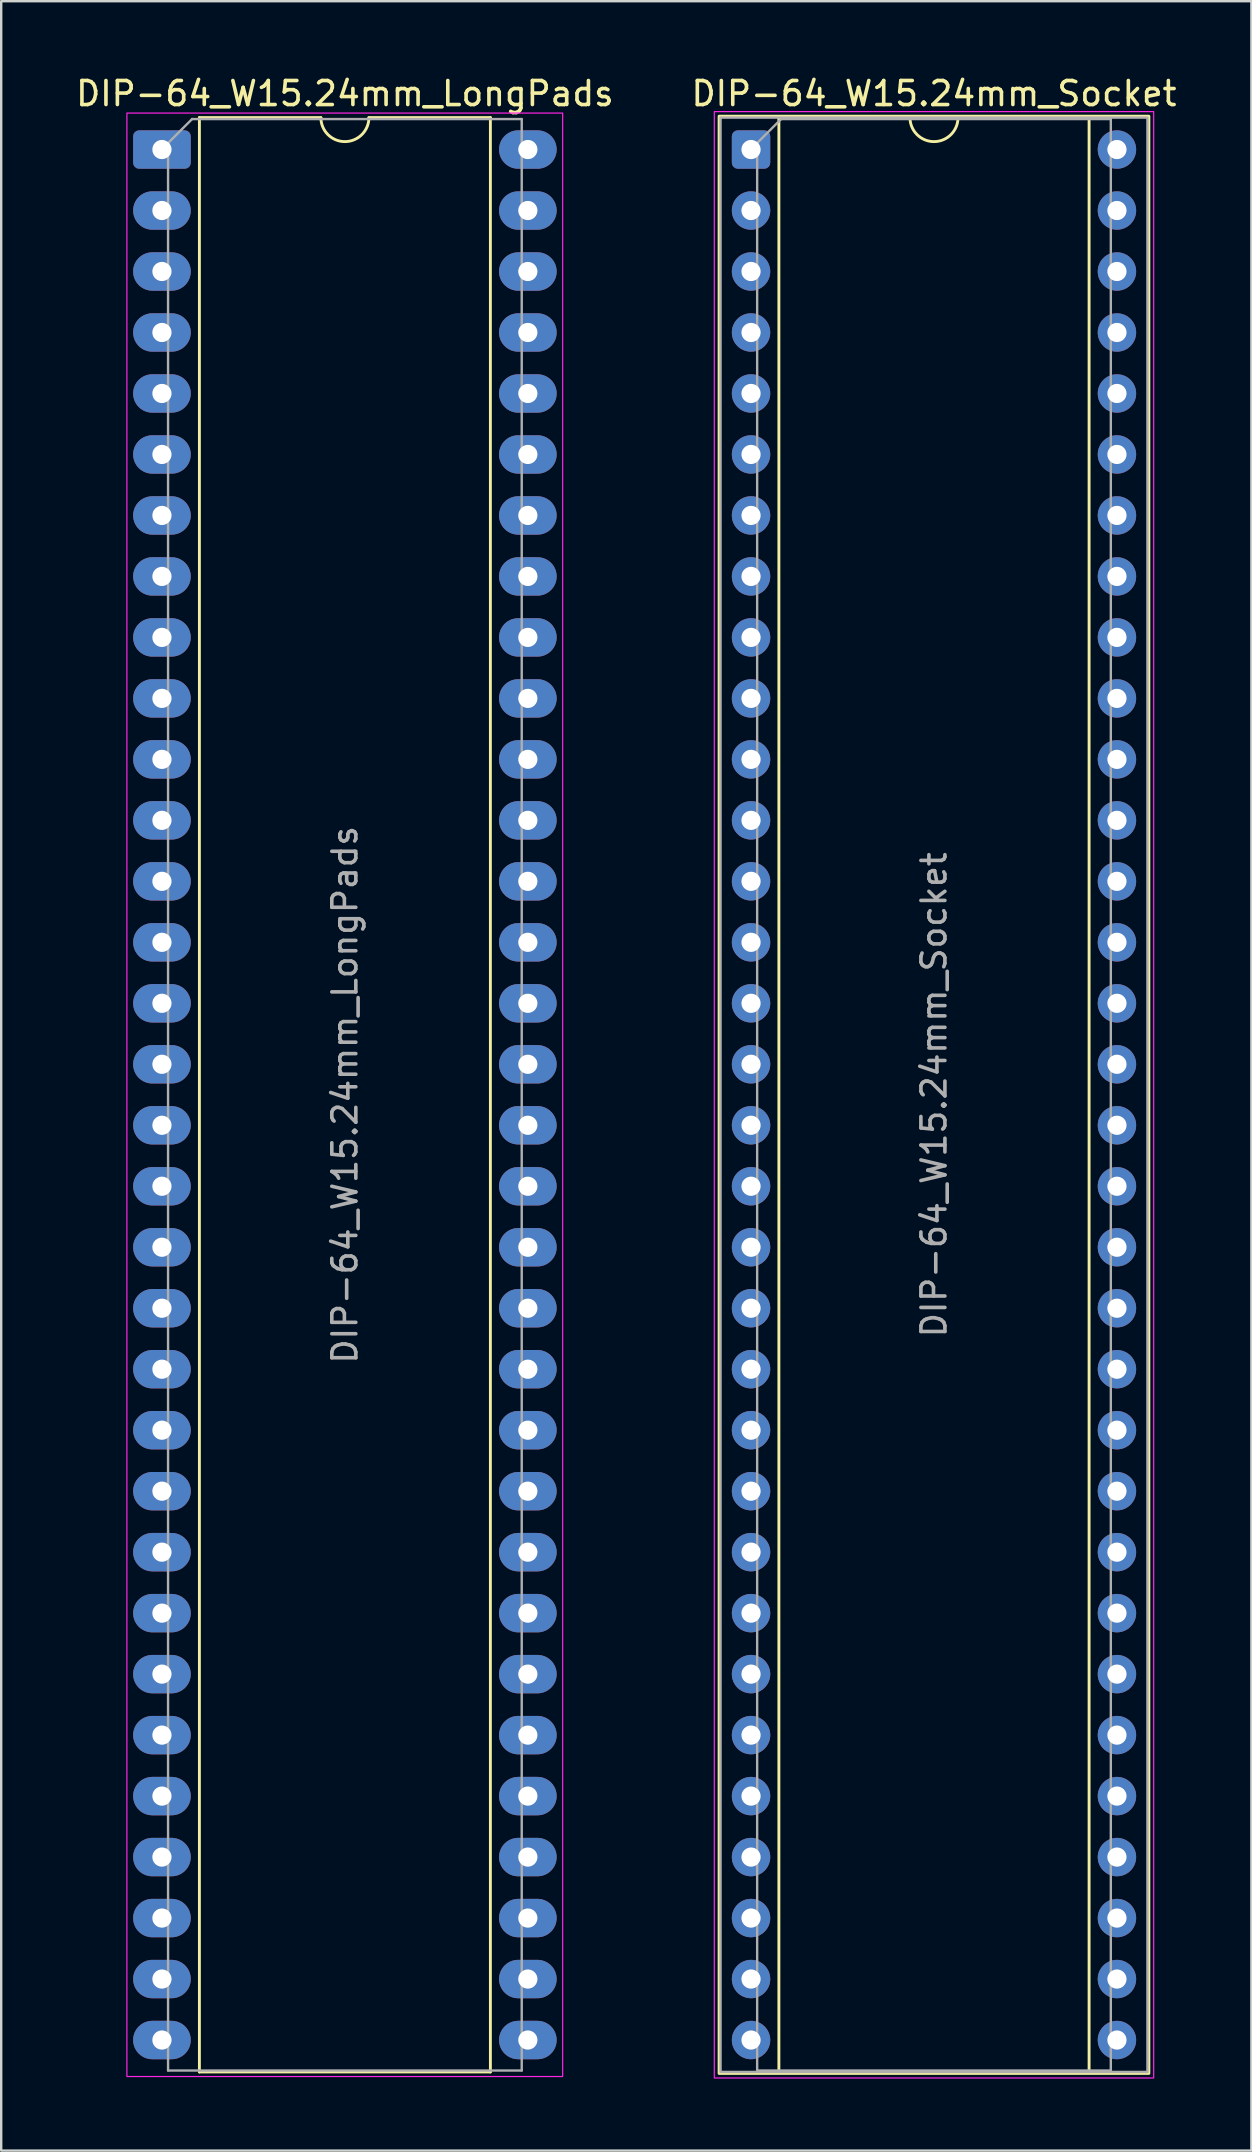
<source format=kicad_pcb>
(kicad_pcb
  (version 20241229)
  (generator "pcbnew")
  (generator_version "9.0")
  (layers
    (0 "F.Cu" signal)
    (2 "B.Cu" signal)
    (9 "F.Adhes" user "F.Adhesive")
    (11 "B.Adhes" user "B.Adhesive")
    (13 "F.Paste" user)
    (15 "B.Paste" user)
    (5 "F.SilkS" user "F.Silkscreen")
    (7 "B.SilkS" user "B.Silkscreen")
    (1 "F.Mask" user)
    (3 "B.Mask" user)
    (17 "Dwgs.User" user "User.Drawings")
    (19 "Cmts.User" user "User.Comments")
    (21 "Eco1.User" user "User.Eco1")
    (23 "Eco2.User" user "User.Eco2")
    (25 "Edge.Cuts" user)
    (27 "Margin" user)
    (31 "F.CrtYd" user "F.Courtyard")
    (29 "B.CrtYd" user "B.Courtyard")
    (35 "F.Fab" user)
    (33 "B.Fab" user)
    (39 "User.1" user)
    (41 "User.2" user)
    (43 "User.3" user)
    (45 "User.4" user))
  (footprint "DIP-64_W15.24mm_Socket"
    (layer "F.Cu")
    (at 28.231 3.178)
    (property "Reference" "DIP-64_W15.24mm_Socket" (at 7.62 -2.33 0) (layer "F.SilkS") (effects (font (size 1 1) (thickness 0.15))))
    (attr through_hole)
    (fp_line (start 1.16 -1.33) (end 1.16 80.07) (stroke (width 0.12) (type solid)) (layer "F.SilkS"))
    (fp_line (start 1.16 80.07) (end 14.08 80.07) (stroke (width 0.12) (type solid)) (layer "F.SilkS"))
    (fp_line (start 6.62 -1.33) (end 1.16 -1.33) (stroke (width 0.12) (type solid)) (layer "F.SilkS"))
    (fp_line (start 14.08 -1.33) (end 8.62 -1.33) (stroke (width 0.12) (type solid)) (layer "F.SilkS"))
    (fp_line (start 14.08 80.07) (end 14.08 -1.33) (stroke (width 0.12) (type solid)) (layer "F.SilkS"))
    (fp_rect (start -1.33 -1.39) (end 16.57 80.13) (stroke (width 0.12) (type solid)) (fill no) (layer "F.SilkS"))
    (fp_arc (start 8.62 -1.33) (mid 7.62 -0.33) (end 6.62 -1.33) (stroke (width 0.12) (type solid)) (layer "F.SilkS"))
    (fp_rect (start -1.53 -1.58) (end 16.77 80.32) (stroke (width 0.05) (type solid)) (fill no) (layer "F.CrtYd"))
    (fp_line (start 0.255 -0.27) (end 1.255 -1.27) (stroke (width 0.1) (type solid)) (layer "F.Fab"))
    (fp_line (start 0.255 80.01) (end 0.255 -0.27) (stroke (width 0.1) (type solid)) (layer "F.Fab"))
    (fp_line (start 1.255 -1.27) (end 14.985 -1.27) (stroke (width 0.1) (type solid)) (layer "F.Fab"))
    (fp_line (start 14.985 -1.27) (end 14.985 80.01) (stroke (width 0.1) (type solid)) (layer "F.Fab"))
    (fp_line (start 14.985 80.01) (end 0.255 80.01) (stroke (width 0.1) (type solid)) (layer "F.Fab"))
    (fp_rect (start -1.27 -1.33) (end 16.51 80.07) (stroke (width 0.1) (type solid)) (fill no) (layer "F.Fab"))
    (fp_text user "${REFERENCE}" (at 7.62 39.37 90) (layer "F.Fab") (effects (font (size 1 1) (thickness 0.15))))
    (pad "1" thru_hole roundrect (at 0 0) (size 1.6 1.6) (drill 0.8) (layers "*.Cu" "*.Mask") (roundrect_rratio 0.156))
    (pad "2" thru_hole circle (at 0 2.54) (size 1.6 1.6) (drill 0.8) (layers "*.Cu" "*.Mask"))
    (pad "3" thru_hole circle (at 0 5.08) (size 1.6 1.6) (drill 0.8) (layers "*.Cu" "*.Mask"))
    (pad "4" thru_hole circle (at 0 7.62) (size 1.6 1.6) (drill 0.8) (layers "*.Cu" "*.Mask"))
    (pad "5" thru_hole circle (at 0 10.16) (size 1.6 1.6) (drill 0.8) (layers "*.Cu" "*.Mask"))
    (pad "6" thru_hole circle (at 0 12.7) (size 1.6 1.6) (drill 0.8) (layers "*.Cu" "*.Mask"))
    (pad "7" thru_hole circle (at 0 15.24) (size 1.6 1.6) (drill 0.8) (layers "*.Cu" "*.Mask"))
    (pad "8" thru_hole circle (at 0 17.78) (size 1.6 1.6) (drill 0.8) (layers "*.Cu" "*.Mask"))
    (pad "9" thru_hole circle (at 0 20.32) (size 1.6 1.6) (drill 0.8) (layers "*.Cu" "*.Mask"))
    (pad "10" thru_hole circle (at 0 22.86) (size 1.6 1.6) (drill 0.8) (layers "*.Cu" "*.Mask"))
    (pad "11" thru_hole circle (at 0 25.4) (size 1.6 1.6) (drill 0.8) (layers "*.Cu" "*.Mask"))
    (pad "12" thru_hole circle (at 0 27.94) (size 1.6 1.6) (drill 0.8) (layers "*.Cu" "*.Mask"))
    (pad "13" thru_hole circle (at 0 30.48) (size 1.6 1.6) (drill 0.8) (layers "*.Cu" "*.Mask"))
    (pad "14" thru_hole circle (at 0 33.02) (size 1.6 1.6) (drill 0.8) (layers "*.Cu" "*.Mask"))
    (pad "15" thru_hole circle (at 0 35.56) (size 1.6 1.6) (drill 0.8) (layers "*.Cu" "*.Mask"))
    (pad "16" thru_hole circle (at 0 38.1) (size 1.6 1.6) (drill 0.8) (layers "*.Cu" "*.Mask"))
    (pad "17" thru_hole circle (at 0 40.64) (size 1.6 1.6) (drill 0.8) (layers "*.Cu" "*.Mask"))
    (pad "18" thru_hole circle (at 0 43.18) (size 1.6 1.6) (drill 0.8) (layers "*.Cu" "*.Mask"))
    (pad "19" thru_hole circle (at 0 45.72) (size 1.6 1.6) (drill 0.8) (layers "*.Cu" "*.Mask"))
    (pad "20" thru_hole circle (at 0 48.26) (size 1.6 1.6) (drill 0.8) (layers "*.Cu" "*.Mask"))
    (pad "21" thru_hole circle (at 0 50.8) (size 1.6 1.6) (drill 0.8) (layers "*.Cu" "*.Mask"))
    (pad "22" thru_hole circle (at 0 53.34) (size 1.6 1.6) (drill 0.8) (layers "*.Cu" "*.Mask"))
    (pad "23" thru_hole circle (at 0 55.88) (size 1.6 1.6) (drill 0.8) (layers "*.Cu" "*.Mask"))
    (pad "24" thru_hole circle (at 0 58.42) (size 1.6 1.6) (drill 0.8) (layers "*.Cu" "*.Mask"))
    (pad "25" thru_hole circle (at 0 60.96) (size 1.6 1.6) (drill 0.8) (layers "*.Cu" "*.Mask"))
    (pad "26" thru_hole circle (at 0 63.5) (size 1.6 1.6) (drill 0.8) (layers "*.Cu" "*.Mask"))
    (pad "27" thru_hole circle (at 0 66.04) (size 1.6 1.6) (drill 0.8) (layers "*.Cu" "*.Mask"))
    (pad "28" thru_hole circle (at 0 68.58) (size 1.6 1.6) (drill 0.8) (layers "*.Cu" "*.Mask"))
    (pad "29" thru_hole circle (at 0 71.12) (size 1.6 1.6) (drill 0.8) (layers "*.Cu" "*.Mask"))
    (pad "30" thru_hole circle (at 0 73.66) (size 1.6 1.6) (drill 0.8) (layers "*.Cu" "*.Mask"))
    (pad "31" thru_hole circle (at 0 76.2) (size 1.6 1.6) (drill 0.8) (layers "*.Cu" "*.Mask"))
    (pad "32" thru_hole circle (at 0 78.74) (size 1.6 1.6) (drill 0.8) (layers "*.Cu" "*.Mask"))
    (pad "33" thru_hole circle (at 15.24 78.74) (size 1.6 1.6) (drill 0.8) (layers "*.Cu" "*.Mask"))
    (pad "34" thru_hole circle (at 15.24 76.2) (size 1.6 1.6) (drill 0.8) (layers "*.Cu" "*.Mask"))
    (pad "35" thru_hole circle (at 15.24 73.66) (size 1.6 1.6) (drill 0.8) (layers "*.Cu" "*.Mask"))
    (pad "36" thru_hole circle (at 15.24 71.12) (size 1.6 1.6) (drill 0.8) (layers "*.Cu" "*.Mask"))
    (pad "37" thru_hole circle (at 15.24 68.58) (size 1.6 1.6) (drill 0.8) (layers "*.Cu" "*.Mask"))
    (pad "38" thru_hole circle (at 15.24 66.04) (size 1.6 1.6) (drill 0.8) (layers "*.Cu" "*.Mask"))
    (pad "39" thru_hole circle (at 15.24 63.5) (size 1.6 1.6) (drill 0.8) (layers "*.Cu" "*.Mask"))
    (pad "40" thru_hole circle (at 15.24 60.96) (size 1.6 1.6) (drill 0.8) (layers "*.Cu" "*.Mask"))
    (pad "41" thru_hole circle (at 15.24 58.42) (size 1.6 1.6) (drill 0.8) (layers "*.Cu" "*.Mask"))
    (pad "42" thru_hole circle (at 15.24 55.88) (size 1.6 1.6) (drill 0.8) (layers "*.Cu" "*.Mask"))
    (pad "43" thru_hole circle (at 15.24 53.34) (size 1.6 1.6) (drill 0.8) (layers "*.Cu" "*.Mask"))
    (pad "44" thru_hole circle (at 15.24 50.8) (size 1.6 1.6) (drill 0.8) (layers "*.Cu" "*.Mask"))
    (pad "45" thru_hole circle (at 15.24 48.26) (size 1.6 1.6) (drill 0.8) (layers "*.Cu" "*.Mask"))
    (pad "46" thru_hole circle (at 15.24 45.72) (size 1.6 1.6) (drill 0.8) (layers "*.Cu" "*.Mask"))
    (pad "47" thru_hole circle (at 15.24 43.18) (size 1.6 1.6) (drill 0.8) (layers "*.Cu" "*.Mask"))
    (pad "48" thru_hole circle (at 15.24 40.64) (size 1.6 1.6) (drill 0.8) (layers "*.Cu" "*.Mask"))
    (pad "49" thru_hole circle (at 15.24 38.1) (size 1.6 1.6) (drill 0.8) (layers "*.Cu" "*.Mask"))
    (pad "50" thru_hole circle (at 15.24 35.56) (size 1.6 1.6) (drill 0.8) (layers "*.Cu" "*.Mask"))
    (pad "51" thru_hole circle (at 15.24 33.02) (size 1.6 1.6) (drill 0.8) (layers "*.Cu" "*.Mask"))
    (pad "52" thru_hole circle (at 15.24 30.48) (size 1.6 1.6) (drill 0.8) (layers "*.Cu" "*.Mask"))
    (pad "53" thru_hole circle (at 15.24 27.94) (size 1.6 1.6) (drill 0.8) (layers "*.Cu" "*.Mask"))
    (pad "54" thru_hole circle (at 15.24 25.4) (size 1.6 1.6) (drill 0.8) (layers "*.Cu" "*.Mask"))
    (pad "55" thru_hole circle (at 15.24 22.86) (size 1.6 1.6) (drill 0.8) (layers "*.Cu" "*.Mask"))
    (pad "56" thru_hole circle (at 15.24 20.32) (size 1.6 1.6) (drill 0.8) (layers "*.Cu" "*.Mask"))
    (pad "57" thru_hole circle (at 15.24 17.78) (size 1.6 1.6) (drill 0.8) (layers "*.Cu" "*.Mask"))
    (pad "58" thru_hole circle (at 15.24 15.24) (size 1.6 1.6) (drill 0.8) (layers "*.Cu" "*.Mask"))
    (pad "59" thru_hole circle (at 15.24 12.7) (size 1.6 1.6) (drill 0.8) (layers "*.Cu" "*.Mask"))
    (pad "60" thru_hole circle (at 15.24 10.16) (size 1.6 1.6) (drill 0.8) (layers "*.Cu" "*.Mask"))
    (pad "61" thru_hole circle (at 15.24 7.62) (size 1.6 1.6) (drill 0.8) (layers "*.Cu" "*.Mask"))
    (pad "62" thru_hole circle (at 15.24 5.08) (size 1.6 1.6) (drill 0.8) (layers "*.Cu" "*.Mask"))
    (pad "63" thru_hole circle (at 15.24 2.54) (size 1.6 1.6) (drill 0.8) (layers "*.Cu" "*.Mask"))
    (pad "64" thru_hole circle (at 15.24 0) (size 1.6 1.6) (drill 0.8) (layers "*.Cu" "*.Mask")))
  (footprint "DIP-64_W15.24mm_LongPads"
    (layer "F.Cu")
    (at 3.695 3.178)
    (property "Reference" "DIP-64_W15.24mm_LongPads" (at 7.62 -2.33 0) (layer "F.SilkS") (effects (font (size 1 1) (thickness 0.15))))
    (attr through_hole)
    (fp_line (start 1.56 -1.33) (end 1.56 80.07) (stroke (width 0.12) (type solid)) (layer "F.SilkS"))
    (fp_line (start 1.56 80.07) (end 13.68 80.07) (stroke (width 0.12) (type solid)) (layer "F.SilkS"))
    (fp_line (start 6.62 -1.33) (end 1.56 -1.33) (stroke (width 0.12) (type solid)) (layer "F.SilkS"))
    (fp_line (start 13.68 -1.33) (end 8.62 -1.33) (stroke (width 0.12) (type solid)) (layer "F.SilkS"))
    (fp_line (start 13.68 80.07) (end 13.68 -1.33) (stroke (width 0.12) (type solid)) (layer "F.SilkS"))
    (fp_arc (start 8.62 -1.33) (mid 7.62 -0.33) (end 6.62 -1.33) (stroke (width 0.12) (type solid)) (layer "F.SilkS"))
    (fp_rect (start -1.46 -1.52) (end 16.69 80.26) (stroke (width 0.05) (type solid)) (fill no) (layer "F.CrtYd"))
    (fp_line (start 0.255 -0.27) (end 1.255 -1.27) (stroke (width 0.1) (type solid)) (layer "F.Fab"))
    (fp_line (start 0.255 80.01) (end 0.255 -0.27) (stroke (width 0.1) (type solid)) (layer "F.Fab"))
    (fp_line (start 1.255 -1.27) (end 14.985 -1.27) (stroke (width 0.1) (type solid)) (layer "F.Fab"))
    (fp_line (start 14.985 -1.27) (end 14.985 80.01) (stroke (width 0.1) (type solid)) (layer "F.Fab"))
    (fp_line (start 14.985 80.01) (end 0.255 80.01) (stroke (width 0.1) (type solid)) (layer "F.Fab"))
    (fp_text user "${REFERENCE}" (at 7.62 39.37 90) (layer "F.Fab") (effects (font (size 1 1) (thickness 0.15))))
    (pad "1" thru_hole roundrect (at 0 0) (size 2.4 1.6) (drill 0.8) (layers "*.Cu" "*.Mask") (roundrect_rratio 0.156))
    (pad "2" thru_hole oval (at 0 2.54) (size 2.4 1.6) (drill 0.8) (layers "*.Cu" "*.Mask"))
    (pad "3" thru_hole oval (at 0 5.08) (size 2.4 1.6) (drill 0.8) (layers "*.Cu" "*.Mask"))
    (pad "4" thru_hole oval (at 0 7.62) (size 2.4 1.6) (drill 0.8) (layers "*.Cu" "*.Mask"))
    (pad "5" thru_hole oval (at 0 10.16) (size 2.4 1.6) (drill 0.8) (layers "*.Cu" "*.Mask"))
    (pad "6" thru_hole oval (at 0 12.7) (size 2.4 1.6) (drill 0.8) (layers "*.Cu" "*.Mask"))
    (pad "7" thru_hole oval (at 0 15.24) (size 2.4 1.6) (drill 0.8) (layers "*.Cu" "*.Mask"))
    (pad "8" thru_hole oval (at 0 17.78) (size 2.4 1.6) (drill 0.8) (layers "*.Cu" "*.Mask"))
    (pad "9" thru_hole oval (at 0 20.32) (size 2.4 1.6) (drill 0.8) (layers "*.Cu" "*.Mask"))
    (pad "10" thru_hole oval (at 0 22.86) (size 2.4 1.6) (drill 0.8) (layers "*.Cu" "*.Mask"))
    (pad "11" thru_hole oval (at 0 25.4) (size 2.4 1.6) (drill 0.8) (layers "*.Cu" "*.Mask"))
    (pad "12" thru_hole oval (at 0 27.94) (size 2.4 1.6) (drill 0.8) (layers "*.Cu" "*.Mask"))
    (pad "13" thru_hole oval (at 0 30.48) (size 2.4 1.6) (drill 0.8) (layers "*.Cu" "*.Mask"))
    (pad "14" thru_hole oval (at 0 33.02) (size 2.4 1.6) (drill 0.8) (layers "*.Cu" "*.Mask"))
    (pad "15" thru_hole oval (at 0 35.56) (size 2.4 1.6) (drill 0.8) (layers "*.Cu" "*.Mask"))
    (pad "16" thru_hole oval (at 0 38.1) (size 2.4 1.6) (drill 0.8) (layers "*.Cu" "*.Mask"))
    (pad "17" thru_hole oval (at 0 40.64) (size 2.4 1.6) (drill 0.8) (layers "*.Cu" "*.Mask"))
    (pad "18" thru_hole oval (at 0 43.18) (size 2.4 1.6) (drill 0.8) (layers "*.Cu" "*.Mask"))
    (pad "19" thru_hole oval (at 0 45.72) (size 2.4 1.6) (drill 0.8) (layers "*.Cu" "*.Mask"))
    (pad "20" thru_hole oval (at 0 48.26) (size 2.4 1.6) (drill 0.8) (layers "*.Cu" "*.Mask"))
    (pad "21" thru_hole oval (at 0 50.8) (size 2.4 1.6) (drill 0.8) (layers "*.Cu" "*.Mask"))
    (pad "22" thru_hole oval (at 0 53.34) (size 2.4 1.6) (drill 0.8) (layers "*.Cu" "*.Mask"))
    (pad "23" thru_hole oval (at 0 55.88) (size 2.4 1.6) (drill 0.8) (layers "*.Cu" "*.Mask"))
    (pad "24" thru_hole oval (at 0 58.42) (size 2.4 1.6) (drill 0.8) (layers "*.Cu" "*.Mask"))
    (pad "25" thru_hole oval (at 0 60.96) (size 2.4 1.6) (drill 0.8) (layers "*.Cu" "*.Mask"))
    (pad "26" thru_hole oval (at 0 63.5) (size 2.4 1.6) (drill 0.8) (layers "*.Cu" "*.Mask"))
    (pad "27" thru_hole oval (at 0 66.04) (size 2.4 1.6) (drill 0.8) (layers "*.Cu" "*.Mask"))
    (pad "28" thru_hole oval (at 0 68.58) (size 2.4 1.6) (drill 0.8) (layers "*.Cu" "*.Mask"))
    (pad "29" thru_hole oval (at 0 71.12) (size 2.4 1.6) (drill 0.8) (layers "*.Cu" "*.Mask"))
    (pad "30" thru_hole oval (at 0 73.66) (size 2.4 1.6) (drill 0.8) (layers "*.Cu" "*.Mask"))
    (pad "31" thru_hole oval (at 0 76.2) (size 2.4 1.6) (drill 0.8) (layers "*.Cu" "*.Mask"))
    (pad "32" thru_hole oval (at 0 78.74) (size 2.4 1.6) (drill 0.8) (layers "*.Cu" "*.Mask"))
    (pad "33" thru_hole oval (at 15.24 78.74) (size 2.4 1.6) (drill 0.8) (layers "*.Cu" "*.Mask"))
    (pad "34" thru_hole oval (at 15.24 76.2) (size 2.4 1.6) (drill 0.8) (layers "*.Cu" "*.Mask"))
    (pad "35" thru_hole oval (at 15.24 73.66) (size 2.4 1.6) (drill 0.8) (layers "*.Cu" "*.Mask"))
    (pad "36" thru_hole oval (at 15.24 71.12) (size 2.4 1.6) (drill 0.8) (layers "*.Cu" "*.Mask"))
    (pad "37" thru_hole oval (at 15.24 68.58) (size 2.4 1.6) (drill 0.8) (layers "*.Cu" "*.Mask"))
    (pad "38" thru_hole oval (at 15.24 66.04) (size 2.4 1.6) (drill 0.8) (layers "*.Cu" "*.Mask"))
    (pad "39" thru_hole oval (at 15.24 63.5) (size 2.4 1.6) (drill 0.8) (layers "*.Cu" "*.Mask"))
    (pad "40" thru_hole oval (at 15.24 60.96) (size 2.4 1.6) (drill 0.8) (layers "*.Cu" "*.Mask"))
    (pad "41" thru_hole oval (at 15.24 58.42) (size 2.4 1.6) (drill 0.8) (layers "*.Cu" "*.Mask"))
    (pad "42" thru_hole oval (at 15.24 55.88) (size 2.4 1.6) (drill 0.8) (layers "*.Cu" "*.Mask"))
    (pad "43" thru_hole oval (at 15.24 53.34) (size 2.4 1.6) (drill 0.8) (layers "*.Cu" "*.Mask"))
    (pad "44" thru_hole oval (at 15.24 50.8) (size 2.4 1.6) (drill 0.8) (layers "*.Cu" "*.Mask"))
    (pad "45" thru_hole oval (at 15.24 48.26) (size 2.4 1.6) (drill 0.8) (layers "*.Cu" "*.Mask"))
    (pad "46" thru_hole oval (at 15.24 45.72) (size 2.4 1.6) (drill 0.8) (layers "*.Cu" "*.Mask"))
    (pad "47" thru_hole oval (at 15.24 43.18) (size 2.4 1.6) (drill 0.8) (layers "*.Cu" "*.Mask"))
    (pad "48" thru_hole oval (at 15.24 40.64) (size 2.4 1.6) (drill 0.8) (layers "*.Cu" "*.Mask"))
    (pad "49" thru_hole oval (at 15.24 38.1) (size 2.4 1.6) (drill 0.8) (layers "*.Cu" "*.Mask"))
    (pad "50" thru_hole oval (at 15.24 35.56) (size 2.4 1.6) (drill 0.8) (layers "*.Cu" "*.Mask"))
    (pad "51" thru_hole oval (at 15.24 33.02) (size 2.4 1.6) (drill 0.8) (layers "*.Cu" "*.Mask"))
    (pad "52" thru_hole oval (at 15.24 30.48) (size 2.4 1.6) (drill 0.8) (layers "*.Cu" "*.Mask"))
    (pad "53" thru_hole oval (at 15.24 27.94) (size 2.4 1.6) (drill 0.8) (layers "*.Cu" "*.Mask"))
    (pad "54" thru_hole oval (at 15.24 25.4) (size 2.4 1.6) (drill 0.8) (layers "*.Cu" "*.Mask"))
    (pad "55" thru_hole oval (at 15.24 22.86) (size 2.4 1.6) (drill 0.8) (layers "*.Cu" "*.Mask"))
    (pad "56" thru_hole oval (at 15.24 20.32) (size 2.4 1.6) (drill 0.8) (layers "*.Cu" "*.Mask"))
    (pad "57" thru_hole oval (at 15.24 17.78) (size 2.4 1.6) (drill 0.8) (layers "*.Cu" "*.Mask"))
    (pad "58" thru_hole oval (at 15.24 15.24) (size 2.4 1.6) (drill 0.8) (layers "*.Cu" "*.Mask"))
    (pad "59" thru_hole oval (at 15.24 12.7) (size 2.4 1.6) (drill 0.8) (layers "*.Cu" "*.Mask"))
    (pad "60" thru_hole oval (at 15.24 10.16) (size 2.4 1.6) (drill 0.8) (layers "*.Cu" "*.Mask"))
    (pad "61" thru_hole oval (at 15.24 7.62) (size 2.4 1.6) (drill 0.8) (layers "*.Cu" "*.Mask"))
    (pad "62" thru_hole oval (at 15.24 5.08) (size 2.4 1.6) (drill 0.8) (layers "*.Cu" "*.Mask"))
    (pad "63" thru_hole oval (at 15.24 2.54) (size 2.4 1.6) (drill 0.8) (layers "*.Cu" "*.Mask"))
    (pad "64" thru_hole oval (at 15.24 0) (size 2.4 1.6) (drill 0.8) (layers "*.Cu" "*.Mask")))
  (gr_rect
    (start -3 -3)
    (end 49.071 86.523)
    (stroke (width 0.1) (type default))
    (fill no)
    (layer "Edge.Cuts")))
</source>
